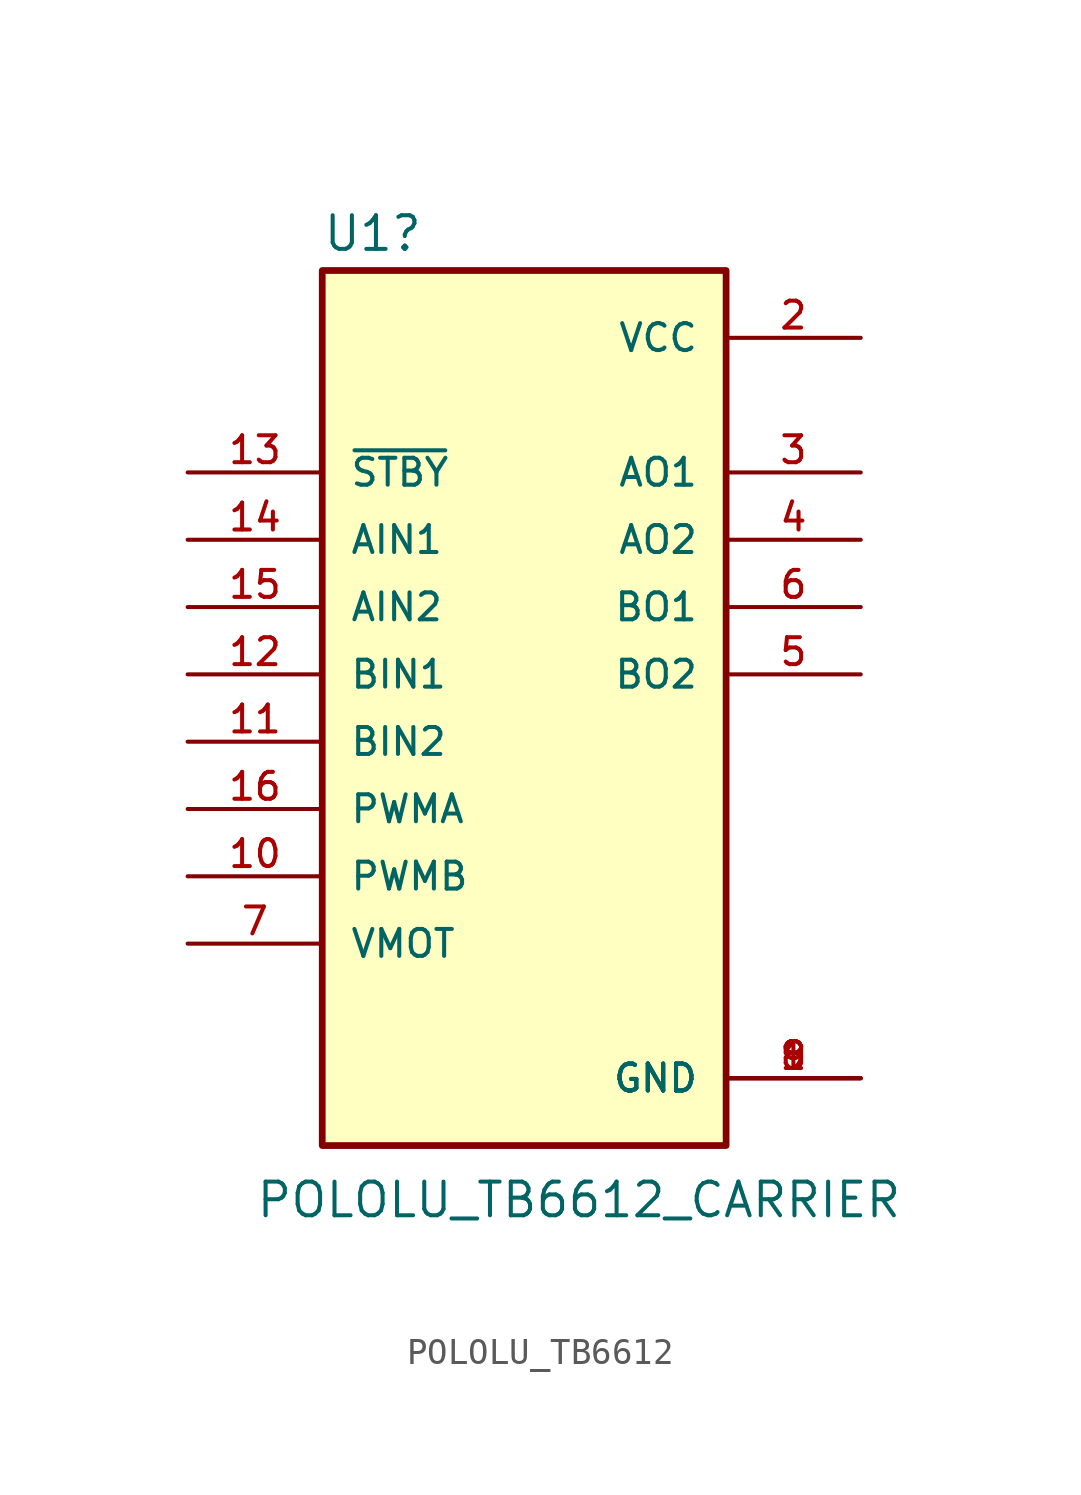
<source format=kicad_sym>
(kicad_symbol_lib
  (version 20241209)
  (generator "kicad_symbol_editor")
  (generator_version "9.0")
  (symbol "POLOLU_TB6612"
    (pin_names
      (offset 1.016))
    (property "Reference" "U1"
      (at -7.629 15.893 0)
      (effects (font (size 1.27 1.27)) (justify left bottom)))
    (property "Value" "POLOLU_TB6612_CARRIER"
      (at -10.16 -20.574 0)
      (effects (font (size 1.27 1.27)) (justify left bottom)))
    (symbol "POLOLU_TB6612_0_0"
      (rectangle (start -7.62 -17.78) (end 7.62 15.24) (stroke (width 0.254) (type default)) (fill (type background)))
      (pin input line (at -12.7 7.62 0) (length 5.08) (name "~{STBY}" (effects (font (size 1.016 1.016)))) (number "13" (effects (font (size 1.016 1.016)))))
      (pin input line (at -12.7 5.08 0) (length 5.08) (name "AIN1" (effects (font (size 1.016 1.016)))) (number "14" (effects (font (size 1.016 1.016)))))
      (pin input line (at -12.7 2.54 0) (length 5.08) (name "AIN2" (effects (font (size 1.016 1.016)))) (number "15" (effects (font (size 1.016 1.016)))))
      (pin input line (at -12.7 0 0) (length 5.08) (name "BIN1" (effects (font (size 1.016 1.016)))) (number "12" (effects (font (size 1.016 1.016)))))
      (pin input line (at -12.7 -2.54 0) (length 5.08) (name "BIN2" (effects (font (size 1.016 1.016)))) (number "11" (effects (font (size 1.016 1.016)))))
      (pin input line (at -12.7 -5.08 0) (length 5.08) (name "PWMA" (effects (font (size 1.016 1.016)))) (number "16" (effects (font (size 1.016 1.016)))))
      (pin input line (at -12.7 -7.62 0) (length 5.08) (name "PWMB" (effects (font (size 1.016 1.016)))) (number "10" (effects (font (size 1.016 1.016)))))
      (pin input line (at -12.7 -10.16 0) (length 5.08) (name "VMOT" (effects (font (size 1.016 1.016)))) (number "7" (effects (font (size 1.016 1.016)))))
      (pin power_in line (at 12.7 12.7 180) (length 5.08) (name "VCC" (effects (font (size 1.016 1.016)))) (number "2" (effects (font (size 1.016 1.016)))))
      (pin output line (at 12.7 7.62 180) (length 5.08) (name "AO1" (effects (font (size 1.016 1.016)))) (number "3" (effects (font (size 1.016 1.016)))))
      (pin output line (at 12.7 5.08 180) (length 5.08) (name "AO2" (effects (font (size 1.016 1.016)))) (number "4" (effects (font (size 1.016 1.016)))))
      (pin output line (at 12.7 2.54 180) (length 5.08) (name "BO1" (effects (font (size 1.016 1.016)))) (number "6" (effects (font (size 1.016 1.016)))))
      (pin output line (at 12.7 0 180) (length 5.08) (name "BO2" (effects (font (size 1.016 1.016)))) (number "5" (effects (font (size 1.016 1.016)))))
      (pin power_in line (at 12.7 -15.24 180) (length 5.08) (name "GND" (effects (font (size 1.016 1.016)))) (number "1" (effects (font (size 1.016 1.016)))))
      (pin power_in line (at 12.7 -15.24 180) (length 5.08) (name "GND" (effects (font (size 1.016 1.016)))) (number "8" (effects (font (size 1.016 1.016)))))
      (pin power_in line (at 12.7 -15.24 180) (length 5.08) (name "GND" (effects (font (size 1.016 1.016)))) (number "9" (effects (font (size 1.016 1.016))))))))
</source>
